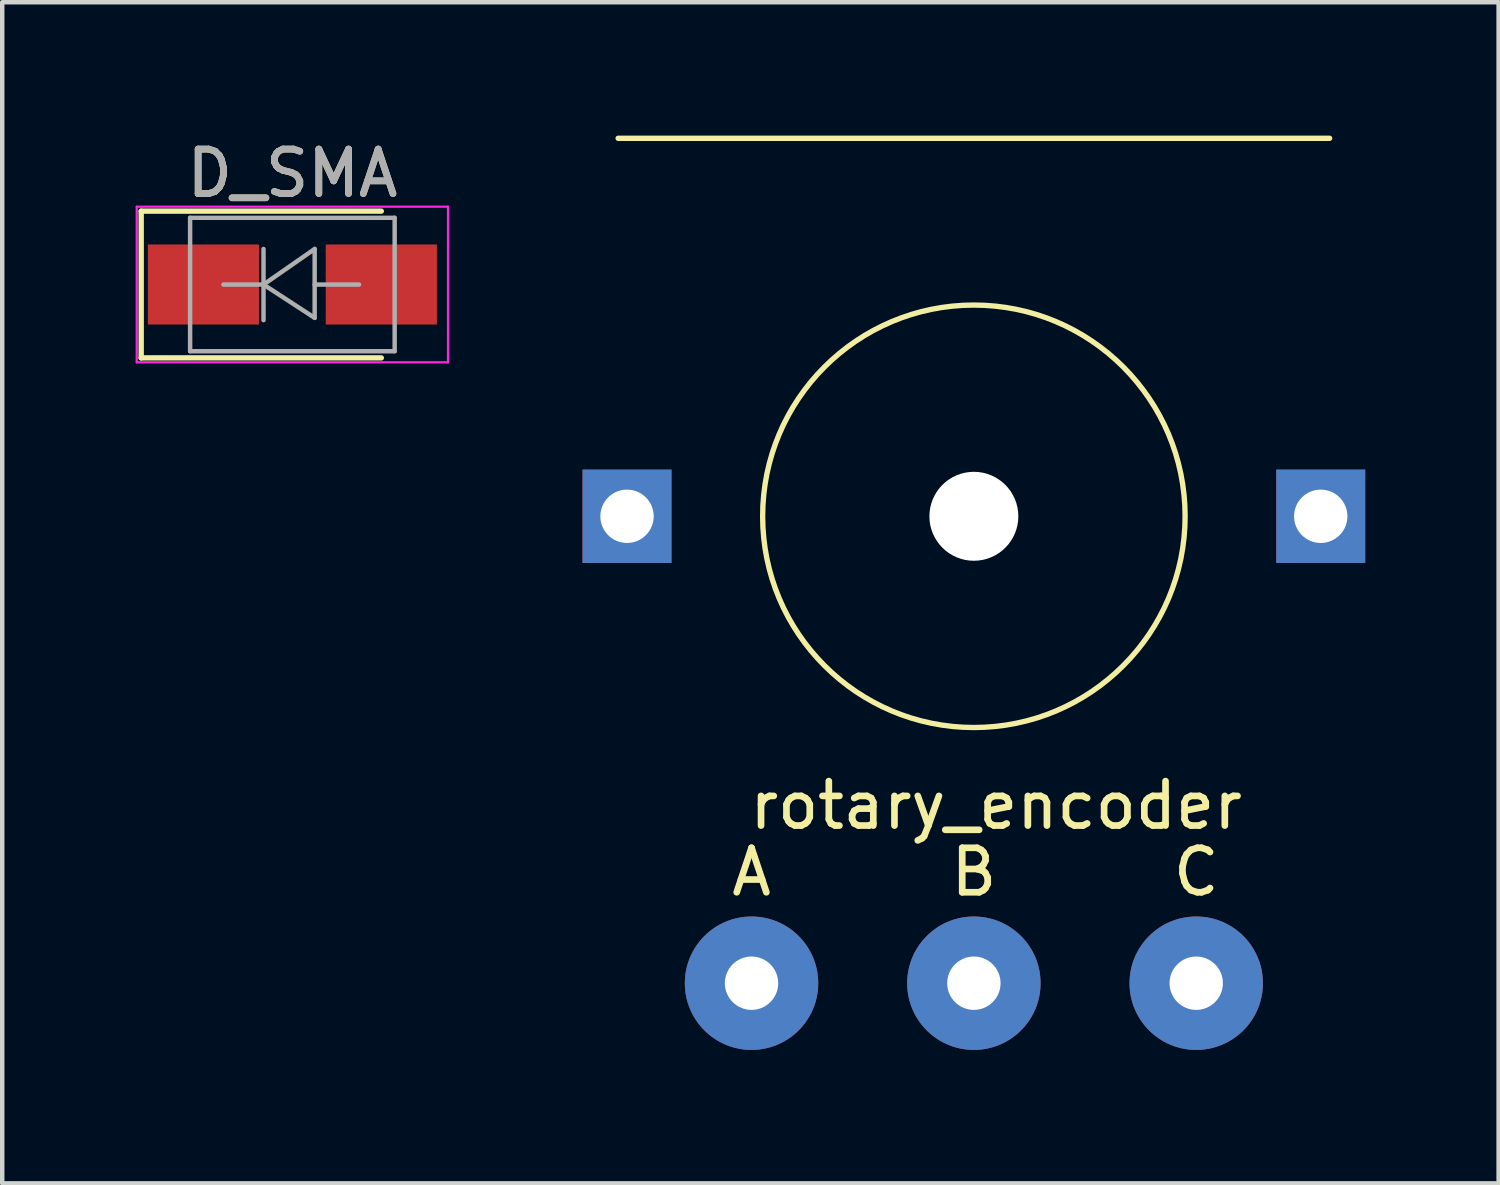
<source format=kicad_pcb>
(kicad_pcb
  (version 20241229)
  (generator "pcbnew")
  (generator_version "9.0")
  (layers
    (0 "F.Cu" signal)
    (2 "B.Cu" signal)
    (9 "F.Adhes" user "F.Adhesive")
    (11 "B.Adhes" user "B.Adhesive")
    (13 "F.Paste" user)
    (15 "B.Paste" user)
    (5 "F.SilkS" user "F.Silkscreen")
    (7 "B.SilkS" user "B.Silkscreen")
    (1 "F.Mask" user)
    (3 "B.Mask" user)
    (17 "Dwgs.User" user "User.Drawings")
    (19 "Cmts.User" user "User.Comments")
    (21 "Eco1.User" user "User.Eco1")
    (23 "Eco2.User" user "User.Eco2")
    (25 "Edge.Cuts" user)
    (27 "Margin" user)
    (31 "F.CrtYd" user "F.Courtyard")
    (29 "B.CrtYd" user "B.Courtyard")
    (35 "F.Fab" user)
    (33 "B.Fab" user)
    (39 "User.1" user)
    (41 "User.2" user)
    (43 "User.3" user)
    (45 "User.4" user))
  (footprint "D_SMA"
    (layer "F.Cu")
    (at 3.525 3.348)
    (property "Reference" "D_SMA" (at 0 -2.5 0) (layer "F.SilkS") (effects (font (size 1 1) (thickness 0.15))))
    (attr smd)
    (fp_line (start -3.4 -1.65) (end -3.4 1.65) (stroke (width 0.12) (type solid)) (layer "F.SilkS"))
    (fp_line (start -3.4 -1.65) (end 2 -1.65) (stroke (width 0.12) (type solid)) (layer "F.SilkS"))
    (fp_line (start -3.4 1.65) (end 2 1.65) (stroke (width 0.12) (type solid)) (layer "F.SilkS"))
    (fp_line (start -3.5 -1.75) (end 3.5 -1.75) (stroke (width 0.05) (type solid)) (layer "F.CrtYd"))
    (fp_line (start -3.5 1.75) (end -3.5 -1.75) (stroke (width 0.05) (type solid)) (layer "F.CrtYd"))
    (fp_line (start 3.5 -1.75) (end 3.5 1.75) (stroke (width 0.05) (type solid)) (layer "F.CrtYd"))
    (fp_line (start 3.5 1.75) (end -3.5 1.75) (stroke (width 0.05) (type solid)) (layer "F.CrtYd"))
    (fp_line (start -2.3 1.5) (end -2.3 -1.5) (stroke (width 0.1) (type solid)) (layer "F.Fab"))
    (fp_line (start -0.649 -0.799) (end -0.649 0.801) (stroke (width 0.1) (type solid)) (layer "F.Fab"))
    (fp_line (start -0.649 0.001) (end -1.551 0.001) (stroke (width 0.1) (type solid)) (layer "F.Fab"))
    (fp_line (start -0.649 0.001) (end 0.501 -0.799) (stroke (width 0.1) (type solid)) (layer "F.Fab"))
    (fp_line (start -0.649 0.001) (end 0.501 0.75) (stroke (width 0.1) (type solid)) (layer "F.Fab"))
    (fp_line (start 0.501 0.001) (end 1.499 0.001) (stroke (width 0.1) (type solid)) (layer "F.Fab"))
    (fp_line (start 0.501 0.75) (end 0.501 -0.799) (stroke (width 0.1) (type solid)) (layer "F.Fab"))
    (fp_line (start 2.3 -1.5) (end -2.3 -1.5) (stroke (width 0.1) (type solid)) (layer "F.Fab"))
    (fp_line (start 2.3 -1.5) (end 2.3 1.5) (stroke (width 0.1) (type solid)) (layer "F.Fab"))
    (fp_line (start 2.3 1.5) (end -2.3 1.5) (stroke (width 0.1) (type solid)) (layer "F.Fab"))
    (fp_text user "${REFERENCE}" (at 0 -2.5 0) (layer "F.Fab") (effects (font (size 1 1) (thickness 0.15))))
    (pad "1" smd rect (at -2 0) (size 2.5 1.8) (layers "F.Cu" "F.Mask" "F.Paste"))
    (pad "2" smd rect (at 2 0) (size 2.5 1.8) (layers "F.Cu" "F.Mask" "F.Paste")))
  (footprint "rotary_encoder"
    (layer "F.Cu")
    (at 18.85 19.06)
    (property "Reference" "rotary_encoder" (at 0.5 -4 0) (layer "F.SilkS") (effects (font (size 1 1) (thickness 0.15))))
    (attr through_hole)
    (fp_line (start -8 -19) (end 8 -19) (stroke (width 0.12) (type solid)) (layer "F.SilkS"))
    (fp_circle (center 0 -10.5) (end 4.75 -10.5) (stroke (width 0.12) (type solid)) (fill no) (layer "F.SilkS"))
    (fp_text user "C" (at 5 -2.5 0) (layer "F.SilkS") (effects (font (size 1 1) (thickness 0.15))))
    (fp_text user "A" (at -5 -2.5 0) (layer "F.SilkS") (effects (font (size 1 1) (thickness 0.15))))
    (fp_text user "B" (at 0 -2.5 0) (layer "F.SilkS") (effects (font (size 1 1) (thickness 0.15))))
    (pad "" np_thru_hole rect (at -7.8 -10.5) (size 2 2.1) (drill 1.2) (layers "*.Cu" "*.Mask"))
    (pad "" np_thru_hole circle (at 0 -10.5) (size 2 2) (drill 2) (layers "*.Cu" "*.Mask"))
    (pad "" np_thru_hole rect (at 7.8 -10.5) (size 2 2.1) (drill 1.2) (layers "*.Cu" "*.Mask"))
    (pad "1" thru_hole circle (at -5 0 345) (size 3 3) (drill 1.2) (layers "*.Cu" "*.Mask"))
    (pad "2" thru_hole circle (at 0 0 345) (size 3 3) (drill 1.2) (layers "*.Cu" "*.Mask"))
    (pad "3" thru_hole circle (at 5 0 345) (size 3 3) (drill 1.2) (layers "*.Cu" "*.Mask")))
  (gr_rect
    (start -3 -3)
    (end 30.65 23.56)
    (stroke (width 0.1) (type default))
    (fill no)
    (layer "Edge.Cuts")))
</source>
